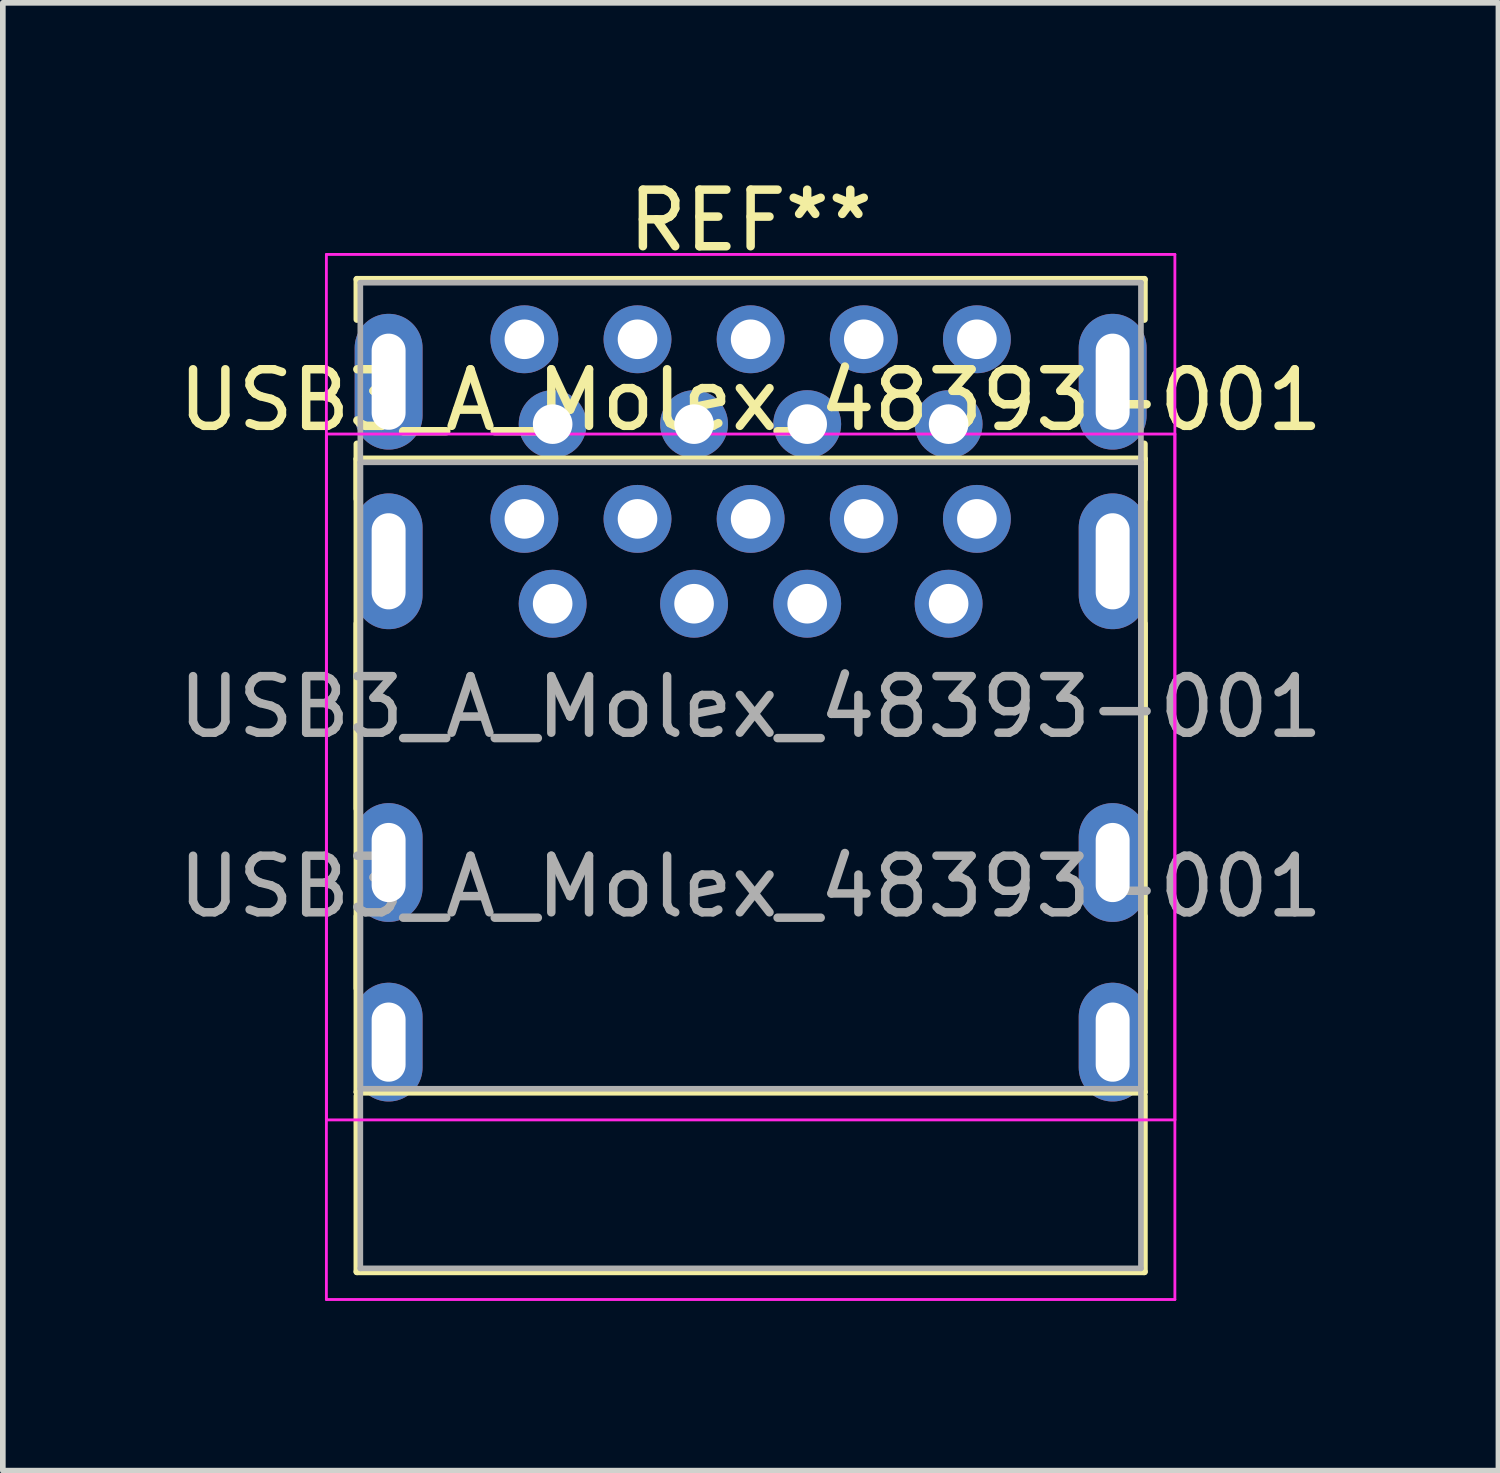
<source format=kicad_pcb>
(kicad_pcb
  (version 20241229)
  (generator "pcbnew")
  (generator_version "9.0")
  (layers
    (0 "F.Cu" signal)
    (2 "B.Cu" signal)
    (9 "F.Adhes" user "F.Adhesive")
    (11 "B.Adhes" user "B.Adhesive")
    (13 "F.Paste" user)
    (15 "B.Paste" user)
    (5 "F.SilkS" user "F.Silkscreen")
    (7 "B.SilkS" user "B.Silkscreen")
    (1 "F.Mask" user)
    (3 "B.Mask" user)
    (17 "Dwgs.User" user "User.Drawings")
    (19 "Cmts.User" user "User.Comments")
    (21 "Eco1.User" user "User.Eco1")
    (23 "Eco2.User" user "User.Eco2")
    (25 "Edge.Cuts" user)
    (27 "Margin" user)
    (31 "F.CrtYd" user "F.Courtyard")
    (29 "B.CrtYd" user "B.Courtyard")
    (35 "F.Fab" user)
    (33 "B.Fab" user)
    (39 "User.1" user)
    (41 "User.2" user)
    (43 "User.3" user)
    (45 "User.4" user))
  (footprint "USB3_A_Molex_48393-001"
    (layer "F.Cu")
    (at 6.72 7.623)
    (property "Reference" "USB3_A_Molex_48393-001" (at 3.5 -3.6 0) (layer "F.SilkS") (effects (font (size 1 1) (thickness 0.15))))
    (attr through_hole)
    (fp_line (start -3.46 -5.735) (end -3.46 -5.025) (stroke (width 0.12) (type solid)) (layer "F.SilkS"))
    (fp_line (start -3.46 -5.735) (end 10.46 -5.735) (stroke (width 0.12) (type solid)) (layer "F.SilkS"))
    (fp_line (start -3.46 -2.56) (end -3.46 -1.85) (stroke (width 0.12) (type solid)) (layer "F.SilkS"))
    (fp_line (start -3.46 -2.56) (end 10.46 -2.56) (stroke (width 0.12) (type solid)) (layer "F.SilkS"))
    (fp_line (start -3.46 3.625) (end -3.46 -2.825) (stroke (width 0.12) (type solid)) (layer "F.SilkS"))
    (fp_line (start -3.46 6.8) (end -3.46 0.35) (stroke (width 0.12) (type solid)) (layer "F.SilkS"))
    (fp_line (start -3.46 8.635) (end -3.46 5.525) (stroke (width 0.12) (type solid)) (layer "F.SilkS"))
    (fp_line (start -3.46 8.635) (end 10.46 8.635) (stroke (width 0.12) (type solid)) (layer "F.SilkS"))
    (fp_line (start -3.46 11.81) (end -3.46 8.7) (stroke (width 0.12) (type solid)) (layer "F.SilkS"))
    (fp_line (start -3.46 11.81) (end 10.46 11.81) (stroke (width 0.12) (type solid)) (layer "F.SilkS"))
    (fp_line (start 10.46 -5.735) (end 10.46 -5.025) (stroke (width 0.12) (type solid)) (layer "F.SilkS"))
    (fp_line (start 10.46 -2.56) (end 10.46 -1.85) (stroke (width 0.12) (type solid)) (layer "F.SilkS"))
    (fp_line (start 10.46 3.625) (end 10.46 -2.825) (stroke (width 0.12) (type solid)) (layer "F.SilkS"))
    (fp_line (start 10.46 6.8) (end 10.46 0.35) (stroke (width 0.12) (type solid)) (layer "F.SilkS"))
    (fp_line (start 10.46 8.635) (end 10.46 5.525) (stroke (width 0.12) (type solid)) (layer "F.SilkS"))
    (fp_line (start 10.46 11.81) (end 10.46 8.7) (stroke (width 0.12) (type solid)) (layer "F.SilkS"))
    (fp_line (start -4 -6.175) (end 11 -6.175) (stroke (width 0.05) (type solid)) (layer "F.CrtYd"))
    (fp_line (start -4 -3) (end 11 -3) (stroke (width 0.05) (type solid)) (layer "F.CrtYd"))
    (fp_line (start -4 9.125) (end -4 -6.175) (stroke (width 0.05) (type solid)) (layer "F.CrtYd"))
    (fp_line (start -4 12.3) (end -4 -3) (stroke (width 0.05) (type solid)) (layer "F.CrtYd"))
    (fp_line (start 11 -6.175) (end 11 9.125) (stroke (width 0.05) (type solid)) (layer "F.CrtYd"))
    (fp_line (start 11 -3) (end 11 12.3) (stroke (width 0.05) (type solid)) (layer "F.CrtYd"))
    (fp_line (start 11 9.125) (end -4 9.125) (stroke (width 0.05) (type solid)) (layer "F.CrtYd"))
    (fp_line (start 11 12.3) (end -4 12.3) (stroke (width 0.05) (type solid)) (layer "F.CrtYd"))
    (fp_line (start -3.4 -5.675) (end 10.4 -5.675) (stroke (width 0.1) (type solid)) (layer "F.Fab"))
    (fp_line (start -3.4 -2.5) (end 10.4 -2.5) (stroke (width 0.1) (type solid)) (layer "F.Fab"))
    (fp_line (start -3.4 8.575) (end -3.4 -5.675) (stroke (width 0.1) (type solid)) (layer "F.Fab"))
    (fp_line (start -3.4 11.75) (end -3.4 -2.5) (stroke (width 0.1) (type solid)) (layer "F.Fab"))
    (fp_line (start 10.4 -5.675) (end 10.4 8.575) (stroke (width 0.1) (type solid)) (layer "F.Fab"))
    (fp_line (start 10.4 -2.5) (end 10.4 11.75) (stroke (width 0.1) (type solid)) (layer "F.Fab"))
    (fp_line (start 10.4 8.575) (end -3.4 8.575) (stroke (width 0.1) (type solid)) (layer "F.Fab"))
    (fp_line (start 10.4 11.75) (end -3.4 11.75) (stroke (width 0.1) (type solid)) (layer "F.Fab"))
    (fp_text user "REF**" (at 3.5 -6.775 0) (layer "F.SilkS") (effects (font (size 1 1) (thickness 0.15))))
    (fp_text user "${REFERENCE}" (at 3.5 1.825 0) (layer "F.Fab") (effects (font (size 1 1) (thickness 0.15))))
    (fp_text user "${REFERENCE}" (at 3.5 5 0) (layer "F.Fab") (effects (font (size 1 1) (thickness 0.15))))
    (pad "1" thru_hole circle (at 0 -3.175) (size 1.2 1.2) (drill 0.7) (layers "*.Cu" "*.Mask"))
    (pad "1" thru_hole circle (at 0 0) (size 1.2 1.2) (drill 0.7) (layers "*.Cu" "*.Mask"))
    (pad "2" thru_hole circle (at 2.5 -3.175) (size 1.2 1.2) (drill 0.7) (layers "*.Cu" "*.Mask"))
    (pad "2" thru_hole circle (at 2.5 0) (size 1.2 1.2) (drill 0.7) (layers "*.Cu" "*.Mask"))
    (pad "3" thru_hole circle (at 4.5 -3.175) (size 1.2 1.2) (drill 0.7) (layers "*.Cu" "*.Mask"))
    (pad "3" thru_hole circle (at 4.5 0) (size 1.2 1.2) (drill 0.7) (layers "*.Cu" "*.Mask"))
    (pad "4" thru_hole circle (at 7 -3.175) (size 1.2 1.2) (drill 0.7) (layers "*.Cu" "*.Mask"))
    (pad "4" thru_hole circle (at 7 0) (size 1.2 1.2) (drill 0.7) (layers "*.Cu" "*.Mask"))
    (pad "5" thru_hole circle (at 7.5 -4.675) (size 1.2 1.2) (drill 0.7) (layers "*.Cu" "*.Mask"))
    (pad "5" thru_hole circle (at 7.5 -1.5) (size 1.2 1.2) (drill 0.7) (layers "*.Cu" "*.Mask"))
    (pad "6" thru_hole circle (at 5.5 -4.675) (size 1.2 1.2) (drill 0.7) (layers "*.Cu" "*.Mask"))
    (pad "6" thru_hole circle (at 5.5 -1.5) (size 1.2 1.2) (drill 0.7) (layers "*.Cu" "*.Mask"))
    (pad "7" thru_hole circle (at 3.5 -4.675) (size 1.2 1.2) (drill 0.7) (layers "*.Cu" "*.Mask"))
    (pad "7" thru_hole circle (at 3.5 -1.5) (size 1.2 1.2) (drill 0.7) (layers "*.Cu" "*.Mask"))
    (pad "8" thru_hole circle (at 1.5 -4.675) (size 1.2 1.2) (drill 0.7) (layers "*.Cu" "*.Mask"))
    (pad "8" thru_hole circle (at 1.5 -1.5) (size 1.2 1.2) (drill 0.7) (layers "*.Cu" "*.Mask"))
    (pad "9" thru_hole circle (at -0.5 -4.675) (size 1.2 1.2) (drill 0.7) (layers "*.Cu" "*.Mask"))
    (pad "9" thru_hole circle (at -0.5 -1.5) (size 1.2 1.2) (drill 0.7) (layers "*.Cu" "*.Mask"))
    (pad "10" thru_hole oval (at -2.9 -3.925) (size 1.2 2.4) (drill oval 0.6 1.7) (layers "*.Cu" "*.Mask"))
    (pad "10" thru_hole oval (at -2.9 -0.75) (size 1.2 2.4) (drill oval 0.6 1.7) (layers "*.Cu" "*.Mask"))
    (pad "10" thru_hole oval (at -2.9 4.575) (size 1.2 2.1) (drill oval 0.6 1.4) (layers "*.Cu" "*.Mask"))
    (pad "10" thru_hole oval (at -2.9 7.75) (size 1.2 2.1) (drill oval 0.6 1.4) (layers "*.Cu" "*.Mask"))
    (pad "10" thru_hole oval (at 9.9 -3.925) (size 1.2 2.4) (drill oval 0.6 1.7) (layers "*.Cu" "*.Mask"))
    (pad "10" thru_hole oval (at 9.9 -0.75) (size 1.2 2.4) (drill oval 0.6 1.7) (layers "*.Cu" "*.Mask"))
    (pad "10" thru_hole oval (at 9.9 4.575) (size 1.2 2.1) (drill oval 0.6 1.4) (layers "*.Cu" "*.Mask"))
    (pad "10" thru_hole oval (at 9.9 7.75) (size 1.2 2.1) (drill oval 0.6 1.4) (layers "*.Cu" "*.Mask")))
  (gr_rect
    (start -3 -3)
    (end 23.44 22.948)
    (stroke (width 0.1) (type default))
    (fill no)
    (layer "Edge.Cuts")))
</source>
